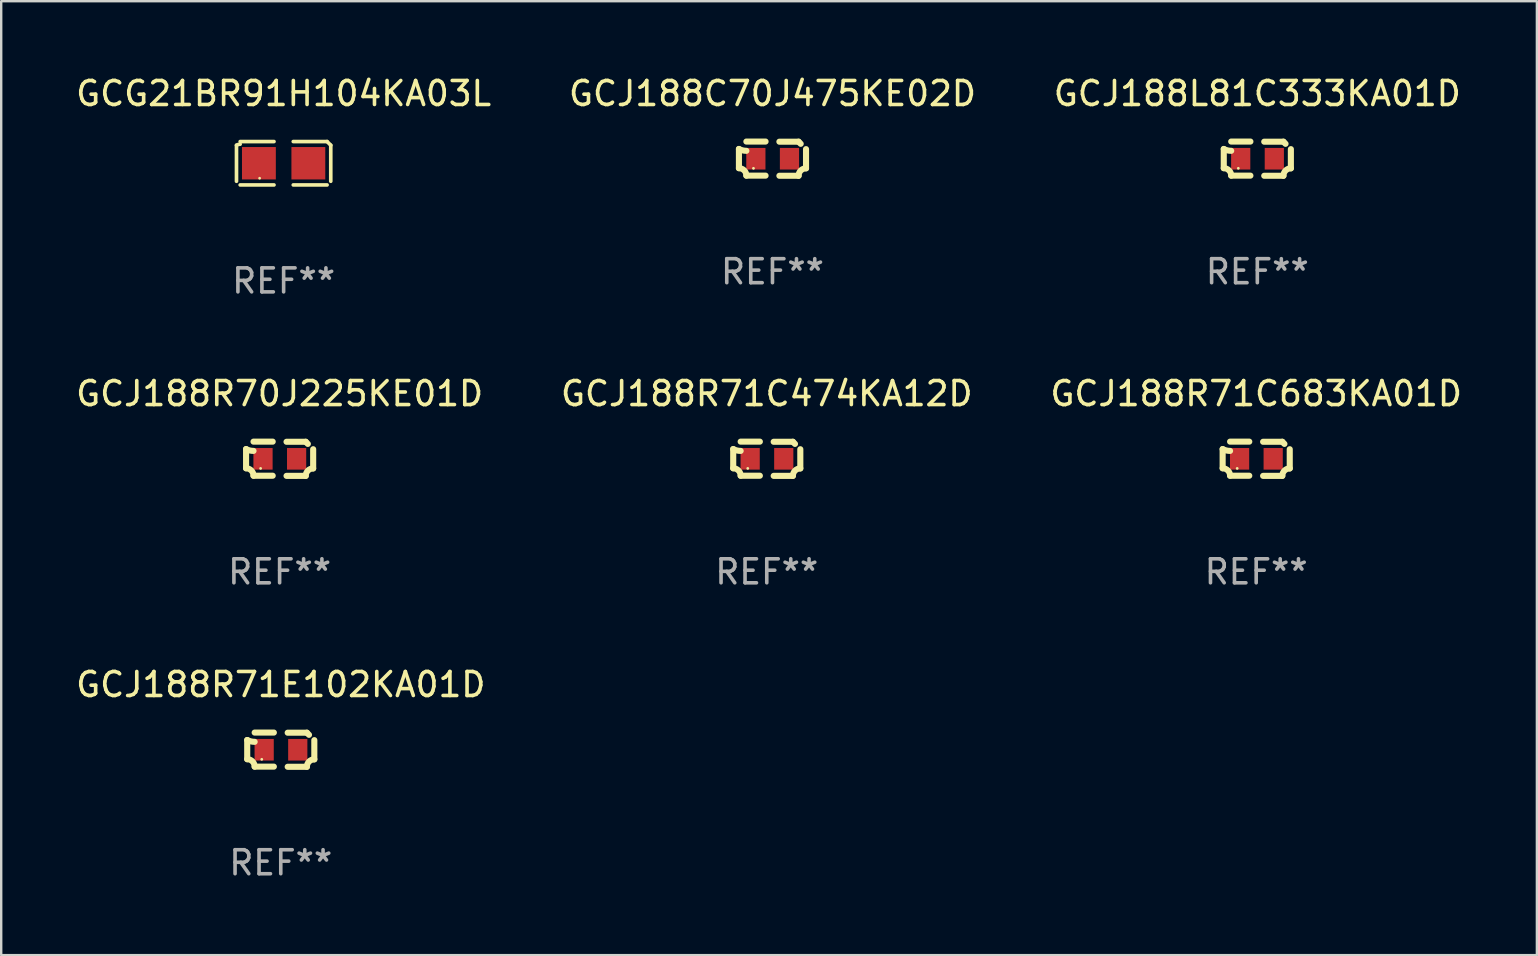
<source format=kicad_pcb>
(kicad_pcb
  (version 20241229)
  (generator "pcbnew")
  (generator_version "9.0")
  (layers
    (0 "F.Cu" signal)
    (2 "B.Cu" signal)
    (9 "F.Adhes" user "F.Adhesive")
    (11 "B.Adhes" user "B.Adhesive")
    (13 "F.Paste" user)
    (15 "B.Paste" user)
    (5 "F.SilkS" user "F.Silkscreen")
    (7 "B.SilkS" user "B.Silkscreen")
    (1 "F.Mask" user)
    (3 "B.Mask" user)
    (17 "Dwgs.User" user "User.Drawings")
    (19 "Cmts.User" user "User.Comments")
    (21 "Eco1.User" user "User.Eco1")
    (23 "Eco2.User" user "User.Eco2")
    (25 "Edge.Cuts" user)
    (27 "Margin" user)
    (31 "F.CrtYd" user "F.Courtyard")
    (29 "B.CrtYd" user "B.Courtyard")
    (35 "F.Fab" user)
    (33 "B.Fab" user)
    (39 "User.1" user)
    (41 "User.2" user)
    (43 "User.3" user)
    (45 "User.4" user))
  (footprint "GCJ188R71E102KA01D"
    (layer "F.Cu")
    (at 8.649 28.187)
    (property "Reference" "GCJ188R71E102KA01D" (at 0 -2.713 0) (layer "F.SilkS") (effects (font (size 1 1) (thickness 0.15))))
    (attr through_hole)
    (fp_line (start -1.398 -0.403) (end -1.398 0.397) (stroke (width 0.254) (type solid)) (layer "F.SilkS"))
    (fp_line (start -0.288 -0.713) (end -1.088 -0.713) (stroke (width 0.254) (type solid)) (layer "F.SilkS"))
    (fp_line (start -0.288 0.707) (end -1.088 0.707) (stroke (width 0.254) (type solid)) (layer "F.SilkS"))
    (fp_line (start 0.288 -0.707) (end 1.088 -0.707) (stroke (width 0.254) (type solid)) (layer "F.SilkS"))
    (fp_line (start 0.288 0.713) (end 1.088 0.713) (stroke (width 0.254) (type solid)) (layer "F.SilkS"))
    (fp_line (start 1.398 -0.397) (end 1.398 0.403) (stroke (width 0.254) (type solid)) (layer "F.SilkS"))
    (fp_arc (start -1.397789 0.397066) (mid -1.178701 0.487826) (end -1.08796 0.706922) (stroke (width 0.254001) (type solid)) (layer "F.SilkS"))
    (fp_arc (start -1.08796 -0.327176) (mid -1.247436 -0.346384) (end -1.39779 -0.402908) (stroke (width 0.254001) (type solid)) (layer "F.SilkS"))
    (fp_arc (start 1.087909 0.712738) (mid 1.178656 0.493655) (end 1.397739 0.402908) (stroke (width 0.254001) (type solid)) (layer "F.SilkS"))
    (fp_arc (start 1.175925 -0.618926) (mid 1.131917 -0.662923) (end 1.08791 -0.706922) (stroke (width 0.254001) (type solid)) (layer "F.SilkS"))
    (fp_circle (center -0.792 0.403) (end -0.762 0.403) (stroke (width 0.06) (type solid)) (fill no) (layer "F.SilkS"))
    (fp_text user "REF**" (at 0 4.713 0) (layer "F.Fab") (effects (font (size 1 1) (thickness 0.15))))
    (pad "1" smd rect (at -0.692 0.003) (size 0.8 0.9) (layers "F.Cu" "F.Mask" "F.Paste"))
    (pad "2" smd rect (at 0.708 0.003) (size 0.8 0.9) (layers "F.Cu" "F.Mask" "F.Paste")))
  (footprint "GCJ188L81C333KA01D"
    (layer "F.Cu")
    (at 49.339 3.561)
    (property "Reference" "GCJ188L81C333KA01D" (at 0 -2.713 0) (layer "F.SilkS") (effects (font (size 1 1) (thickness 0.15))))
    (attr through_hole)
    (fp_line (start -1.398 -0.403) (end -1.398 0.397) (stroke (width 0.254) (type solid)) (layer "F.SilkS"))
    (fp_line (start -0.288 -0.713) (end -1.088 -0.713) (stroke (width 0.254) (type solid)) (layer "F.SilkS"))
    (fp_line (start -0.288 0.707) (end -1.088 0.707) (stroke (width 0.254) (type solid)) (layer "F.SilkS"))
    (fp_line (start 0.288 -0.707) (end 1.088 -0.707) (stroke (width 0.254) (type solid)) (layer "F.SilkS"))
    (fp_line (start 0.288 0.713) (end 1.088 0.713) (stroke (width 0.254) (type solid)) (layer "F.SilkS"))
    (fp_line (start 1.398 -0.397) (end 1.398 0.403) (stroke (width 0.254) (type solid)) (layer "F.SilkS"))
    (fp_arc (start -1.397789 0.397066) (mid -1.178701 0.487826) (end -1.08796 0.706922) (stroke (width 0.254001) (type solid)) (layer "F.SilkS"))
    (fp_arc (start -1.08796 -0.327176) (mid -1.247436 -0.346384) (end -1.39779 -0.402908) (stroke (width 0.254001) (type solid)) (layer "F.SilkS"))
    (fp_arc (start 1.087909 0.712738) (mid 1.178656 0.493655) (end 1.397739 0.402908) (stroke (width 0.254001) (type solid)) (layer "F.SilkS"))
    (fp_arc (start 1.175925 -0.618926) (mid 1.131917 -0.662923) (end 1.08791 -0.706922) (stroke (width 0.254001) (type solid)) (layer "F.SilkS"))
    (fp_circle (center -0.792 0.403) (end -0.762 0.403) (stroke (width 0.06) (type solid)) (fill no) (layer "F.SilkS"))
    (fp_text user "REF**" (at 0 4.713 0) (layer "F.Fab") (effects (font (size 1 1) (thickness 0.15))))
    (pad "1" smd rect (at -0.692 0.003) (size 0.8 0.9) (layers "F.Cu" "F.Mask" "F.Paste"))
    (pad "2" smd rect (at 0.708 0.003) (size 0.8 0.9) (layers "F.Cu" "F.Mask" "F.Paste")))
  (footprint "GCJ188R71C474KA12D"
    (layer "F.Cu")
    (at 28.899 16.065)
    (property "Reference" "GCJ188R71C474KA12D" (at 0 -2.713 0) (layer "F.SilkS") (effects (font (size 1 1) (thickness 0.15))))
    (attr through_hole)
    (fp_line (start -1.398 -0.403) (end -1.398 0.397) (stroke (width 0.254) (type solid)) (layer "F.SilkS"))
    (fp_line (start -0.288 -0.713) (end -1.088 -0.713) (stroke (width 0.254) (type solid)) (layer "F.SilkS"))
    (fp_line (start -0.288 0.707) (end -1.088 0.707) (stroke (width 0.254) (type solid)) (layer "F.SilkS"))
    (fp_line (start 0.288 -0.707) (end 1.088 -0.707) (stroke (width 0.254) (type solid)) (layer "F.SilkS"))
    (fp_line (start 0.288 0.713) (end 1.088 0.713) (stroke (width 0.254) (type solid)) (layer "F.SilkS"))
    (fp_line (start 1.398 -0.397) (end 1.398 0.403) (stroke (width 0.254) (type solid)) (layer "F.SilkS"))
    (fp_arc (start -1.397789 0.397066) (mid -1.178701 0.487826) (end -1.08796 0.706922) (stroke (width 0.254001) (type solid)) (layer "F.SilkS"))
    (fp_arc (start -1.08796 -0.327176) (mid -1.247436 -0.346384) (end -1.39779 -0.402908) (stroke (width 0.254001) (type solid)) (layer "F.SilkS"))
    (fp_arc (start 1.087909 0.712738) (mid 1.178656 0.493655) (end 1.397739 0.402908) (stroke (width 0.254001) (type solid)) (layer "F.SilkS"))
    (fp_arc (start 1.175925 -0.618926) (mid 1.131917 -0.662923) (end 1.08791 -0.706922) (stroke (width 0.254001) (type solid)) (layer "F.SilkS"))
    (fp_circle (center -0.792 0.403) (end -0.762 0.403) (stroke (width 0.06) (type solid)) (fill no) (layer "F.SilkS"))
    (fp_text user "REF**" (at 0 4.713 0) (layer "F.Fab") (effects (font (size 1 1) (thickness 0.15))))
    (pad "1" smd rect (at -0.692 0.003) (size 0.8 0.9) (layers "F.Cu" "F.Mask" "F.Paste"))
    (pad "2" smd rect (at 0.708 0.003) (size 0.8 0.9) (layers "F.Cu" "F.Mask" "F.Paste")))
  (footprint "GCJ188R71C683KA01D"
    (layer "F.Cu")
    (at 49.292 16.065)
    (property "Reference" "GCJ188R71C683KA01D" (at 0 -2.713 0) (layer "F.SilkS") (effects (font (size 1 1) (thickness 0.15))))
    (attr through_hole)
    (fp_line (start -1.398 -0.403) (end -1.398 0.397) (stroke (width 0.254) (type solid)) (layer "F.SilkS"))
    (fp_line (start -0.288 -0.713) (end -1.088 -0.713) (stroke (width 0.254) (type solid)) (layer "F.SilkS"))
    (fp_line (start -0.288 0.707) (end -1.088 0.707) (stroke (width 0.254) (type solid)) (layer "F.SilkS"))
    (fp_line (start 0.288 -0.707) (end 1.088 -0.707) (stroke (width 0.254) (type solid)) (layer "F.SilkS"))
    (fp_line (start 0.288 0.713) (end 1.088 0.713) (stroke (width 0.254) (type solid)) (layer "F.SilkS"))
    (fp_line (start 1.398 -0.397) (end 1.398 0.403) (stroke (width 0.254) (type solid)) (layer "F.SilkS"))
    (fp_arc (start -1.397789 0.397066) (mid -1.178701 0.487826) (end -1.08796 0.706922) (stroke (width 0.254001) (type solid)) (layer "F.SilkS"))
    (fp_arc (start -1.08796 -0.327176) (mid -1.247436 -0.346384) (end -1.39779 -0.402908) (stroke (width 0.254001) (type solid)) (layer "F.SilkS"))
    (fp_arc (start 1.087909 0.712738) (mid 1.178656 0.493655) (end 1.397739 0.402908) (stroke (width 0.254001) (type solid)) (layer "F.SilkS"))
    (fp_arc (start 1.175925 -0.618926) (mid 1.131917 -0.662923) (end 1.08791 -0.706922) (stroke (width 0.254001) (type solid)) (layer "F.SilkS"))
    (fp_circle (center -0.792 0.403) (end -0.762 0.403) (stroke (width 0.06) (type solid)) (fill no) (layer "F.SilkS"))
    (fp_text user "REF**" (at 0 4.713 0) (layer "F.Fab") (effects (font (size 1 1) (thickness 0.15))))
    (pad "1" smd rect (at -0.692 0.003) (size 0.8 0.9) (layers "F.Cu" "F.Mask" "F.Paste"))
    (pad "2" smd rect (at 0.708 0.003) (size 0.8 0.9) (layers "F.Cu" "F.Mask" "F.Paste")))
  (footprint "GCJ188R70J225KE01D"
    (layer "F.Cu")
    (at 8.601 16.065)
    (property "Reference" "GCJ188R70J225KE01D" (at 0 -2.713 0) (layer "F.SilkS") (effects (font (size 1 1) (thickness 0.15))))
    (attr through_hole)
    (fp_line (start -1.398 -0.403) (end -1.398 0.397) (stroke (width 0.254) (type solid)) (layer "F.SilkS"))
    (fp_line (start -0.288 -0.713) (end -1.088 -0.713) (stroke (width 0.254) (type solid)) (layer "F.SilkS"))
    (fp_line (start -0.288 0.707) (end -1.088 0.707) (stroke (width 0.254) (type solid)) (layer "F.SilkS"))
    (fp_line (start 0.288 -0.707) (end 1.088 -0.707) (stroke (width 0.254) (type solid)) (layer "F.SilkS"))
    (fp_line (start 0.288 0.713) (end 1.088 0.713) (stroke (width 0.254) (type solid)) (layer "F.SilkS"))
    (fp_line (start 1.398 -0.397) (end 1.398 0.403) (stroke (width 0.254) (type solid)) (layer "F.SilkS"))
    (fp_arc (start -1.397789 0.397066) (mid -1.178701 0.487826) (end -1.08796 0.706922) (stroke (width 0.254001) (type solid)) (layer "F.SilkS"))
    (fp_arc (start -1.08796 -0.327176) (mid -1.247436 -0.346384) (end -1.39779 -0.402908) (stroke (width 0.254001) (type solid)) (layer "F.SilkS"))
    (fp_arc (start 1.087909 0.712738) (mid 1.178656 0.493655) (end 1.397739 0.402908) (stroke (width 0.254001) (type solid)) (layer "F.SilkS"))
    (fp_arc (start 1.175925 -0.618926) (mid 1.131917 -0.662923) (end 1.08791 -0.706922) (stroke (width 0.254001) (type solid)) (layer "F.SilkS"))
    (fp_circle (center -0.792 0.403) (end -0.762 0.403) (stroke (width 0.06) (type solid)) (fill no) (layer "F.SilkS"))
    (fp_text user "REF**" (at 0 4.713 0) (layer "F.Fab") (effects (font (size 1 1) (thickness 0.15))))
    (pad "1" smd rect (at -0.692 0.003) (size 0.8 0.9) (layers "F.Cu" "F.Mask" "F.Paste"))
    (pad "2" smd rect (at 0.708 0.003) (size 0.8 0.9) (layers "F.Cu" "F.Mask" "F.Paste")))
  (footprint "GCJ188C70J475KE02D"
    (layer "F.Cu")
    (at 29.137 3.561)
    (property "Reference" "GCJ188C70J475KE02D" (at 0 -2.713 0) (layer "F.SilkS") (effects (font (size 1 1) (thickness 0.15))))
    (attr through_hole)
    (fp_line (start -1.398 -0.403) (end -1.398 0.397) (stroke (width 0.254) (type solid)) (layer "F.SilkS"))
    (fp_line (start -0.288 -0.713) (end -1.088 -0.713) (stroke (width 0.254) (type solid)) (layer "F.SilkS"))
    (fp_line (start -0.288 0.707) (end -1.088 0.707) (stroke (width 0.254) (type solid)) (layer "F.SilkS"))
    (fp_line (start 0.288 -0.707) (end 1.088 -0.707) (stroke (width 0.254) (type solid)) (layer "F.SilkS"))
    (fp_line (start 0.288 0.713) (end 1.088 0.713) (stroke (width 0.254) (type solid)) (layer "F.SilkS"))
    (fp_line (start 1.398 -0.397) (end 1.398 0.403) (stroke (width 0.254) (type solid)) (layer "F.SilkS"))
    (fp_arc (start -1.397789 0.397066) (mid -1.178701 0.487826) (end -1.08796 0.706922) (stroke (width 0.254001) (type solid)) (layer "F.SilkS"))
    (fp_arc (start -1.08796 -0.327176) (mid -1.247436 -0.346384) (end -1.39779 -0.402908) (stroke (width 0.254001) (type solid)) (layer "F.SilkS"))
    (fp_arc (start 1.087909 0.712738) (mid 1.178656 0.493655) (end 1.397739 0.402908) (stroke (width 0.254001) (type solid)) (layer "F.SilkS"))
    (fp_arc (start 1.175925 -0.618926) (mid 1.131917 -0.662923) (end 1.08791 -0.706922) (stroke (width 0.254001) (type solid)) (layer "F.SilkS"))
    (fp_circle (center -0.792 0.403) (end -0.762 0.403) (stroke (width 0.06) (type solid)) (fill no) (layer "F.SilkS"))
    (fp_text user "REF**" (at 0 4.713 0) (layer "F.Fab") (effects (font (size 1 1) (thickness 0.15))))
    (pad "1" smd rect (at -0.692 0.003) (size 0.8 0.9) (layers "F.Cu" "F.Mask" "F.Paste"))
    (pad "2" smd rect (at 0.708 0.003) (size 0.8 0.9) (layers "F.Cu" "F.Mask" "F.Paste")))
  (footprint "GCG21BR91H104KA03L"
    (layer "F.Cu")
    (at 8.768 3.752)
    (property "Reference" "GCG21BR91H104KA03L" (at 0 -2.904 0) (layer "F.SilkS") (effects (font (size 1 1) (thickness 0.15))))
    (attr through_hole)
    (fp_line (start -1.964 0.751) (end -1.964 -0.751) (stroke (width 0.152) (type solid)) (layer "F.SilkS"))
    (fp_line (start -1.811 -0.904) (end -0.401 -0.904) (stroke (width 0.152) (type solid)) (layer "F.SilkS"))
    (fp_line (start -0.401 0.904) (end -1.811 0.904) (stroke (width 0.152) (type solid)) (layer "F.SilkS"))
    (fp_line (start 0.401 0.904) (end 1.811 0.904) (stroke (width 0.152) (type solid)) (layer "F.SilkS"))
    (fp_line (start 1.811 -0.904) (end 0.401 -0.904) (stroke (width 0.152) (type solid)) (layer "F.SilkS"))
    (fp_line (start 1.964 0.751) (end 1.964 -0.751) (stroke (width 0.152) (type solid)) (layer "F.SilkS"))
    (fp_arc (start -1.963602 -0.751207) (mid -1.890354 -0.783131) (end -1.811201 -0.794044) (stroke (width 0.1524) (type solid)) (layer "F.SilkS"))
    (fp_arc (start 1.811202 -0.903607) (mid 1.887413 -0.827418) (end 1.963602 -0.751207) (stroke (width 0.1524) (type solid)) (layer "F.SilkS"))
    (fp_circle (center -1 0.625) (end -0.97 0.625) (stroke (width 0.06) (type solid)) (fill no) (layer "F.SilkS"))
    (fp_text user "REF**" (at 0 4.904 0) (layer "F.Fab") (effects (font (size 1 1) (thickness 0.15))))
    (pad "1" smd rect (at -1.03 0) (size 1.41 1.35) (layers "F.Cu" "F.Mask" "F.Paste"))
    (pad "2" smd rect (at 1.03 0) (size 1.41 1.35) (layers "F.Cu" "F.Mask" "F.Paste")))
  (gr_rect
    (start -3 -3)
    (end 60.988 36.748)
    (stroke (width 0.1) (type default))
    (fill no)
    (layer "Edge.Cuts")))
</source>
